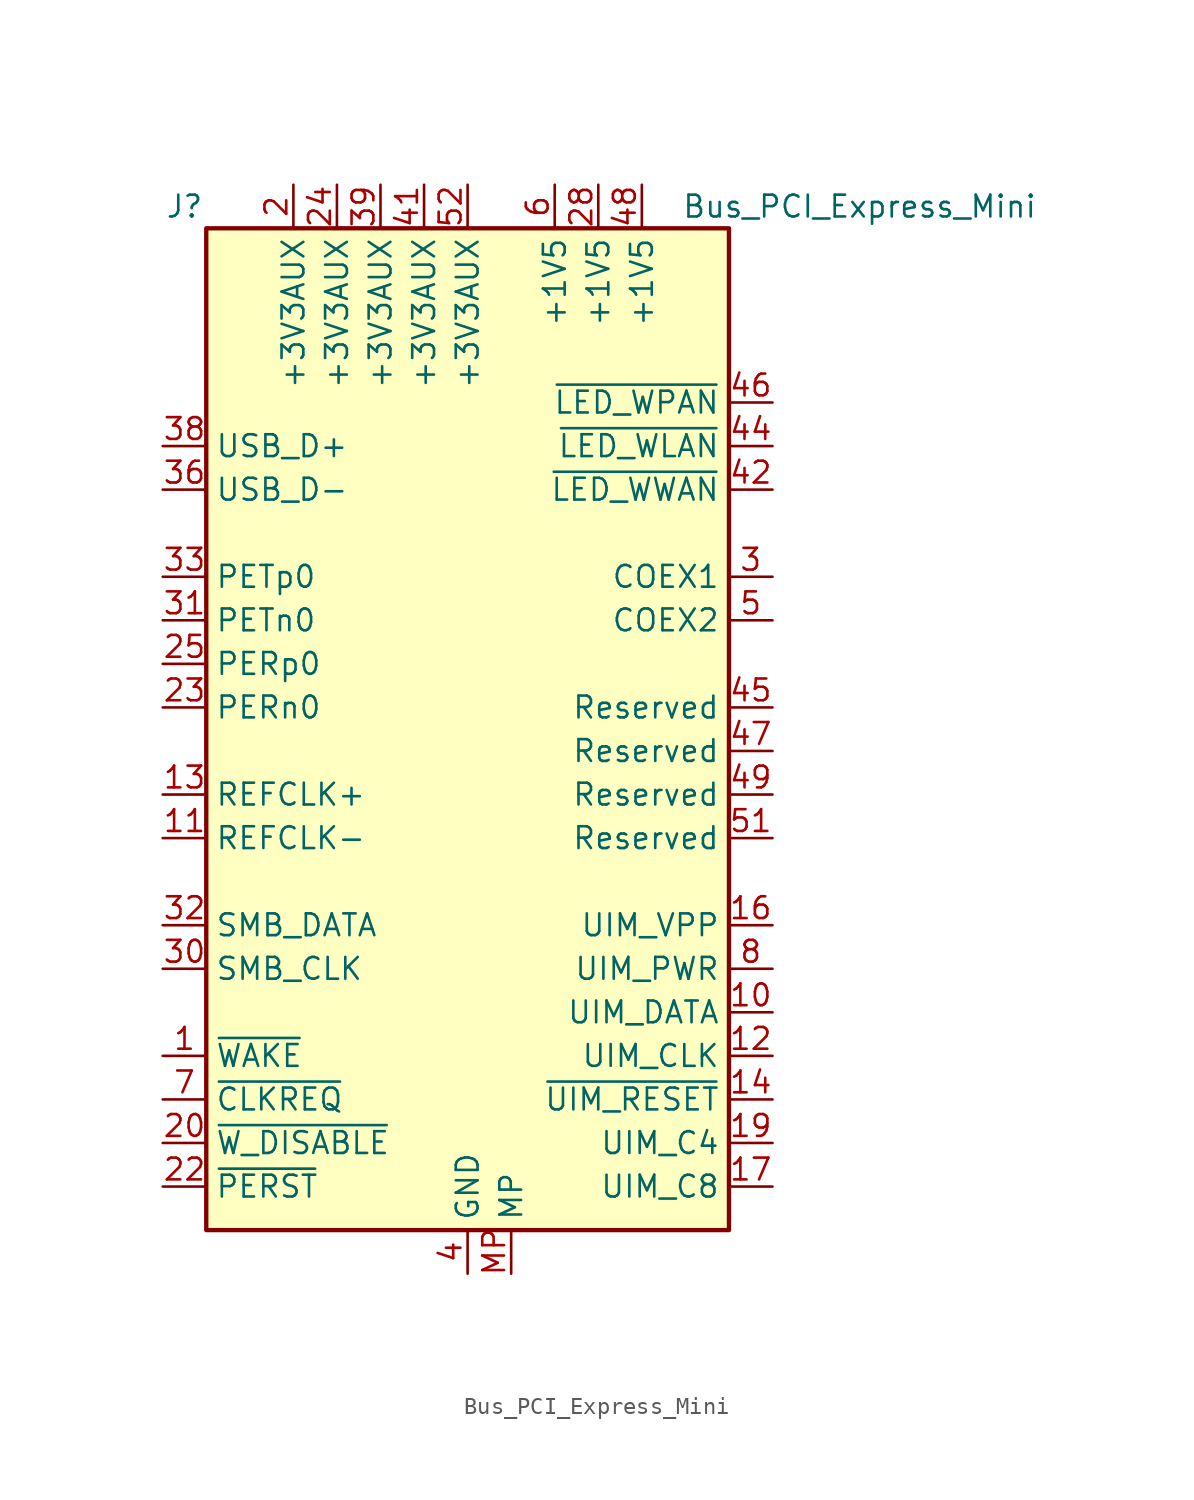
<source format=kicad_sym>
(kicad_symbol_lib
  (version 20220914)
  (generator kicad_symbol_editor)
  (symbol "Bus_PCI_Express_Mini"
    (property "Reference" "J"
      (at -16.51 31.75 0)
      (effects (font (size 1.27 1.27))))
    (property "Value" "Bus_PCI_Express_Mini"
      (at 22.86 31.75 0)
      (effects (font (size 1.27 1.27))))
    (symbol "Bus_PCI_Express_Mini_0_1"
      (rectangle (start -15.24 30.48) (end 15.24 -27.94) (stroke (width 0.254) (type solid)) (fill (type background))))
    (symbol "Bus_PCI_Express_Mini_1_1"
      (pin open_collector line (at -17.78 -17.78 0) (length 2.54) (name "~{WAKE}" (effects (font (size 1.27 1.27)))) (number "1" (effects (font (size 1.27 1.27)))))
      (pin bidirectional line (at 17.78 -15.24 180) (length 2.54) (name "UIM_DATA" (effects (font (size 1.27 1.27)))) (number "10" (effects (font (size 1.27 1.27)))))
      (pin input line (at -17.78 -5.08 0) (length 2.54) (name "REFCLK-" (effects (font (size 1.27 1.27)))) (number "11" (effects (font (size 1.27 1.27)))))
      (pin output line (at 17.78 -17.78 180) (length 2.54) (name "UIM_CLK" (effects (font (size 1.27 1.27)))) (number "12" (effects (font (size 1.27 1.27)))))
      (pin input line (at -17.78 -2.54 0) (length 2.54) (name "REFCLK+" (effects (font (size 1.27 1.27)))) (number "13" (effects (font (size 1.27 1.27)))))
      (pin output line (at 17.78 -20.32 180) (length 2.54) (name "~{UIM_RESET}" (effects (font (size 1.27 1.27)))) (number "14" (effects (font (size 1.27 1.27)))))
      (pin passive line (at 0 -30.48 90) (length 2.54) hide (name "GND" (effects (font (size 1.27 1.27)))) (number "15" (effects (font (size 1.27 1.27)))))
      (pin power_out line (at 17.78 -10.16 180) (length 2.54) (name "UIM_VPP" (effects (font (size 1.27 1.27)))) (number "16" (effects (font (size 1.27 1.27)))))
      (pin passive line (at 17.78 -25.4 180) (length 2.54) (name "UIM_C8" (effects (font (size 1.27 1.27)))) (number "17" (effects (font (size 1.27 1.27)))))
      (pin passive line (at 0 -30.48 90) (length 2.54) hide (name "GND" (effects (font (size 1.27 1.27)))) (number "18" (effects (font (size 1.27 1.27)))))
      (pin passive line (at 17.78 -22.86 180) (length 2.54) (name "UIM_C4" (effects (font (size 1.27 1.27)))) (number "19" (effects (font (size 1.27 1.27)))))
      (pin power_in line (at -10.16 33.02 270) (length 2.54) (name "+3V3AUX" (effects (font (size 1.27 1.27)))) (number "2" (effects (font (size 1.27 1.27)))))
      (pin input line (at -17.78 -22.86 0) (length 2.54) (name "~{W_DISABLE}" (effects (font (size 1.27 1.27)))) (number "20" (effects (font (size 1.27 1.27)))))
      (pin passive line (at 0 -30.48 90) (length 2.54) hide (name "GND" (effects (font (size 1.27 1.27)))) (number "21" (effects (font (size 1.27 1.27)))))
      (pin input line (at -17.78 -25.4 0) (length 2.54) (name "~{PERST}" (effects (font (size 1.27 1.27)))) (number "22" (effects (font (size 1.27 1.27)))))
      (pin output line (at -17.78 2.54 0) (length 2.54) (name "PERn0" (effects (font (size 1.27 1.27)))) (number "23" (effects (font (size 1.27 1.27)))))
      (pin power_in line (at -7.62 33.02 270) (length 2.54) (name "+3V3AUX" (effects (font (size 1.27 1.27)))) (number "24" (effects (font (size 1.27 1.27)))))
      (pin output line (at -17.78 5.08 0) (length 2.54) (name "PERp0" (effects (font (size 1.27 1.27)))) (number "25" (effects (font (size 1.27 1.27)))))
      (pin passive line (at 0 -30.48 90) (length 2.54) hide (name "GND" (effects (font (size 1.27 1.27)))) (number "26" (effects (font (size 1.27 1.27)))))
      (pin passive line (at 0 -30.48 90) (length 2.54) hide (name "GND" (effects (font (size 1.27 1.27)))) (number "27" (effects (font (size 1.27 1.27)))))
      (pin power_in line (at 7.62 33.02 270) (length 2.54) (name "+1V5" (effects (font (size 1.27 1.27)))) (number "28" (effects (font (size 1.27 1.27)))))
      (pin passive line (at 0 -30.48 90) (length 2.54) hide (name "GND" (effects (font (size 1.27 1.27)))) (number "29" (effects (font (size 1.27 1.27)))))
      (pin passive line (at 17.78 10.16 180) (length 2.54) (name "COEX1" (effects (font (size 1.27 1.27)))) (number "3" (effects (font (size 1.27 1.27)))))
      (pin input line (at -17.78 -12.7 0) (length 2.54) (name "SMB_CLK" (effects (font (size 1.27 1.27)))) (number "30" (effects (font (size 1.27 1.27)))))
      (pin input line (at -17.78 7.62 0) (length 2.54) (name "PETn0" (effects (font (size 1.27 1.27)))) (number "31" (effects (font (size 1.27 1.27)))))
      (pin bidirectional line (at -17.78 -10.16 0) (length 2.54) (name "SMB_DATA" (effects (font (size 1.27 1.27)))) (number "32" (effects (font (size 1.27 1.27)))))
      (pin input line (at -17.78 10.16 0) (length 2.54) (name "PETp0" (effects (font (size 1.27 1.27)))) (number "33" (effects (font (size 1.27 1.27)))))
      (pin passive line (at 0 -30.48 90) (length 2.54) hide (name "GND" (effects (font (size 1.27 1.27)))) (number "34" (effects (font (size 1.27 1.27)))))
      (pin passive line (at 0 -30.48 90) (length 2.54) hide (name "GND" (effects (font (size 1.27 1.27)))) (number "35" (effects (font (size 1.27 1.27)))))
      (pin bidirectional line (at -17.78 15.24 0) (length 2.54) (name "USB_D-" (effects (font (size 1.27 1.27)))) (number "36" (effects (font (size 1.27 1.27)))))
      (pin passive line (at 0 -30.48 90) (length 2.54) hide (name "GND" (effects (font (size 1.27 1.27)))) (number "37" (effects (font (size 1.27 1.27)))))
      (pin bidirectional line (at -17.78 17.78 0) (length 2.54) (name "USB_D+" (effects (font (size 1.27 1.27)))) (number "38" (effects (font (size 1.27 1.27)))))
      (pin power_in line (at -5.08 33.02 270) (length 2.54) (name "+3V3AUX" (effects (font (size 1.27 1.27)))) (number "39" (effects (font (size 1.27 1.27)))))
      (pin power_in line (at 0 -30.48 90) (length 2.54) (name "GND" (effects (font (size 1.27 1.27)))) (number "4" (effects (font (size 1.27 1.27)))))
      (pin passive line (at 0 -30.48 90) (length 2.54) hide (name "GND" (effects (font (size 1.27 1.27)))) (number "40" (effects (font (size 1.27 1.27)))))
      (pin power_in line (at -2.54 33.02 270) (length 2.54) (name "+3V3AUX" (effects (font (size 1.27 1.27)))) (number "41" (effects (font (size 1.27 1.27)))))
      (pin open_collector line (at 17.78 15.24 180) (length 2.54) (name "~{LED_WWAN}" (effects (font (size 1.27 1.27)))) (number "42" (effects (font (size 1.27 1.27)))))
      (pin passive line (at 0 -30.48 90) (length 2.54) hide (name "GND" (effects (font (size 1.27 1.27)))) (number "43" (effects (font (size 1.27 1.27)))))
      (pin open_collector line (at 17.78 17.78 180) (length 2.54) (name "~{LED_WLAN}" (effects (font (size 1.27 1.27)))) (number "44" (effects (font (size 1.27 1.27)))))
      (pin passive line (at 17.78 2.54 180) (length 2.54) (name "Reserved" (effects (font (size 1.27 1.27)))) (number "45" (effects (font (size 1.27 1.27)))))
      (pin open_collector line (at 17.78 20.32 180) (length 2.54) (name "~{LED_WPAN}" (effects (font (size 1.27 1.27)))) (number "46" (effects (font (size 1.27 1.27)))))
      (pin passive line (at 17.78 0 180) (length 2.54) (name "Reserved" (effects (font (size 1.27 1.27)))) (number "47" (effects (font (size 1.27 1.27)))))
      (pin power_in line (at 10.16 33.02 270) (length 2.54) (name "+1V5" (effects (font (size 1.27 1.27)))) (number "48" (effects (font (size 1.27 1.27)))))
      (pin passive line (at 17.78 -2.54 180) (length 2.54) (name "Reserved" (effects (font (size 1.27 1.27)))) (number "49" (effects (font (size 1.27 1.27)))))
      (pin passive line (at 17.78 7.62 180) (length 2.54) (name "COEX2" (effects (font (size 1.27 1.27)))) (number "5" (effects (font (size 1.27 1.27)))))
      (pin passive line (at 0 -30.48 90) (length 2.54) hide (name "GND" (effects (font (size 1.27 1.27)))) (number "50" (effects (font (size 1.27 1.27)))))
      (pin passive line (at 17.78 -5.08 180) (length 2.54) (name "Reserved" (effects (font (size 1.27 1.27)))) (number "51" (effects (font (size 1.27 1.27)))))
      (pin power_in line (at 0 33.02 270) (length 2.54) (name "+3V3AUX" (effects (font (size 1.27 1.27)))) (number "52" (effects (font (size 1.27 1.27)))))
      (pin power_in line (at 5.08 33.02 270) (length 2.54) (name "+1V5" (effects (font (size 1.27 1.27)))) (number "6" (effects (font (size 1.27 1.27)))))
      (pin open_collector line (at -17.78 -20.32 0) (length 2.54) (name "~{CLKREQ}" (effects (font (size 1.27 1.27)))) (number "7" (effects (font (size 1.27 1.27)))))
      (pin power_out line (at 17.78 -12.7 180) (length 2.54) (name "UIM_PWR" (effects (font (size 1.27 1.27)))) (number "8" (effects (font (size 1.27 1.27)))))
      (pin passive line (at 0 -30.48 90) (length 2.54) hide (name "GND" (effects (font (size 1.27 1.27)))) (number "9" (effects (font (size 1.27 1.27)))))
      (pin passive line (at 2.54 -30.48 90) (length 2.54) (name "MP" (effects (font (size 1.27 1.27)))) (number "MP" (effects (font (size 1.27 1.27))))))))
</source>
